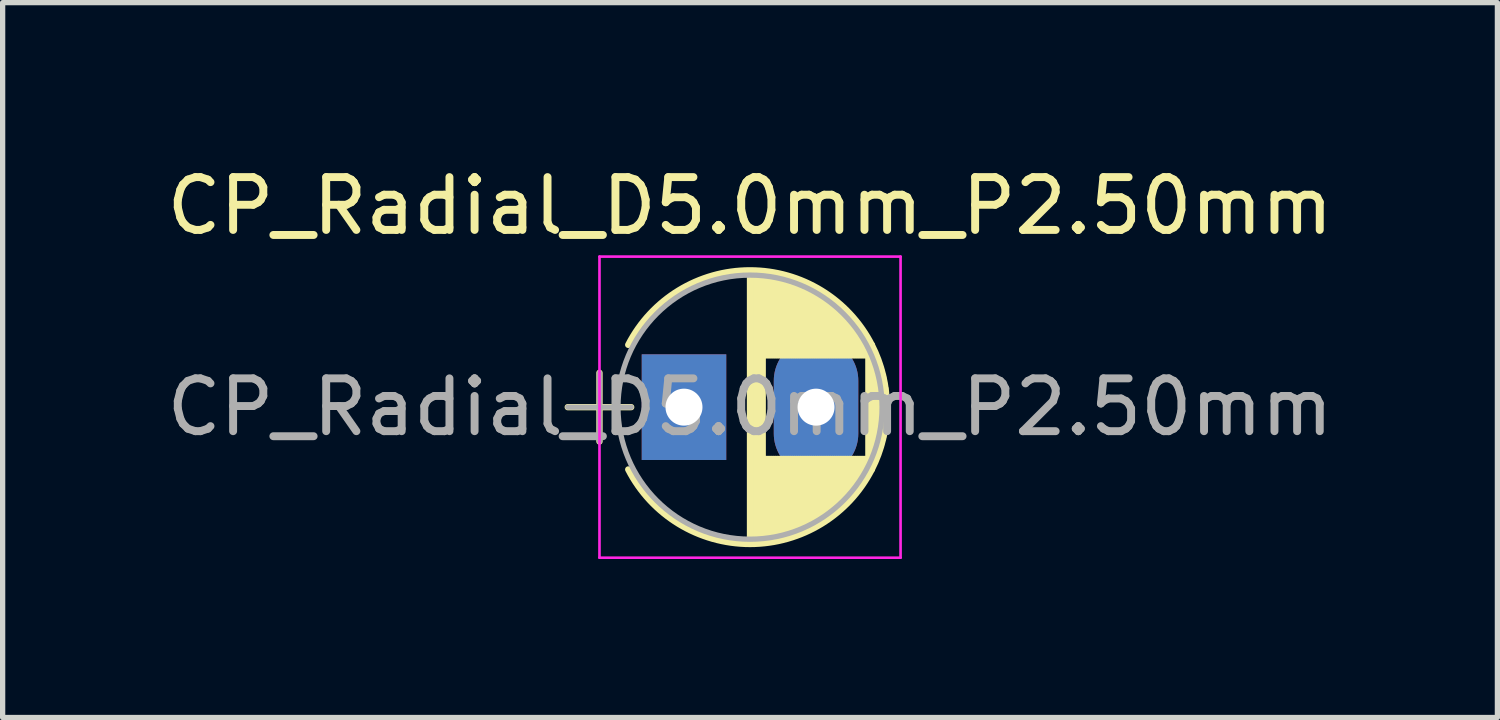
<source format=kicad_pcb>
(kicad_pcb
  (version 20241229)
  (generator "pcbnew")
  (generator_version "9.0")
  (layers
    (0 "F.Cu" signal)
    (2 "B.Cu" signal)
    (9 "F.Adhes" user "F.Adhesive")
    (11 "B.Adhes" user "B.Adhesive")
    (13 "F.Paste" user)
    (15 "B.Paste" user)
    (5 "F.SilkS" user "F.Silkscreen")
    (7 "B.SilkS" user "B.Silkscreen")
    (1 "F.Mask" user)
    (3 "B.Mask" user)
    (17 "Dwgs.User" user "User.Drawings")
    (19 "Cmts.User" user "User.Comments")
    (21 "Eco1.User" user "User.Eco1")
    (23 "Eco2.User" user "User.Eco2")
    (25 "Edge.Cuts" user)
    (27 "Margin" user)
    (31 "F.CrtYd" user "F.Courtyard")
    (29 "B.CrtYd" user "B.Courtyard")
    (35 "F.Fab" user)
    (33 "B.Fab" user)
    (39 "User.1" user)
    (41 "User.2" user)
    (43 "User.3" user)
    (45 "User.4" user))
  (footprint "CP_Radial_D5.0mm_P2.50mm"
    (layer "F.Cu")
    (at 9.899 4.658)
    (property "Reference" "CP_Radial_D5.0mm_P2.50mm" (at 1.25 -3.81 0) (layer "F.SilkS") (effects (font (size 1 1) (thickness 0.15))))
    (attr through_hole)
    (fp_line (start -2.2 0) (end -1 0) (stroke (width 0.12) (type solid)) (layer "F.SilkS"))
    (fp_line (start -1.6 -0.65) (end -1.6 0.65) (stroke (width 0.12) (type solid)) (layer "F.SilkS"))
    (fp_line (start 1.25 -2.55) (end 1.25 2.55) (stroke (width 0.12) (type solid)) (layer "F.SilkS"))
    (fp_line (start 1.29 -2.55) (end 1.29 2.55) (stroke (width 0.12) (type solid)) (layer "F.SilkS"))
    (fp_line (start 1.33 -2.549) (end 1.33 2.549) (stroke (width 0.12) (type solid)) (layer "F.SilkS"))
    (fp_line (start 1.37 -2.548) (end 1.37 2.548) (stroke (width 0.12) (type solid)) (layer "F.SilkS"))
    (fp_line (start 1.41 -2.546) (end 1.41 2.546) (stroke (width 0.12) (type solid)) (layer "F.SilkS"))
    (fp_line (start 1.45 -2.543) (end 1.45 2.543) (stroke (width 0.12) (type solid)) (layer "F.SilkS"))
    (fp_line (start 1.49 -2.539) (end 1.49 2.539) (stroke (width 0.12) (type solid)) (layer "F.SilkS"))
    (fp_line (start 1.53 -2.535) (end 1.53 -0.98) (stroke (width 0.12) (type solid)) (layer "F.SilkS"))
    (fp_line (start 1.53 0.98) (end 1.53 2.535) (stroke (width 0.12) (type solid)) (layer "F.SilkS"))
    (fp_line (start 1.57 -2.531) (end 1.57 -0.98) (stroke (width 0.12) (type solid)) (layer "F.SilkS"))
    (fp_line (start 1.57 0.98) (end 1.57 2.531) (stroke (width 0.12) (type solid)) (layer "F.SilkS"))
    (fp_line (start 1.61 -2.525) (end 1.61 -0.98) (stroke (width 0.12) (type solid)) (layer "F.SilkS"))
    (fp_line (start 1.61 0.98) (end 1.61 2.525) (stroke (width 0.12) (type solid)) (layer "F.SilkS"))
    (fp_line (start 1.65 -2.519) (end 1.65 -0.98) (stroke (width 0.12) (type solid)) (layer "F.SilkS"))
    (fp_line (start 1.65 0.98) (end 1.65 2.519) (stroke (width 0.12) (type solid)) (layer "F.SilkS"))
    (fp_line (start 1.69 -2.513) (end 1.69 -0.98) (stroke (width 0.12) (type solid)) (layer "F.SilkS"))
    (fp_line (start 1.69 0.98) (end 1.69 2.513) (stroke (width 0.12) (type solid)) (layer "F.SilkS"))
    (fp_line (start 1.73 -2.506) (end 1.73 -0.98) (stroke (width 0.12) (type solid)) (layer "F.SilkS"))
    (fp_line (start 1.73 0.98) (end 1.73 2.506) (stroke (width 0.12) (type solid)) (layer "F.SilkS"))
    (fp_line (start 1.77 -2.498) (end 1.77 -0.98) (stroke (width 0.12) (type solid)) (layer "F.SilkS"))
    (fp_line (start 1.77 0.98) (end 1.77 2.498) (stroke (width 0.12) (type solid)) (layer "F.SilkS"))
    (fp_line (start 1.81 -2.489) (end 1.81 -0.98) (stroke (width 0.12) (type solid)) (layer "F.SilkS"))
    (fp_line (start 1.81 0.98) (end 1.81 2.489) (stroke (width 0.12) (type solid)) (layer "F.SilkS"))
    (fp_line (start 1.85 -2.48) (end 1.85 -0.98) (stroke (width 0.12) (type solid)) (layer "F.SilkS"))
    (fp_line (start 1.85 0.98) (end 1.85 2.48) (stroke (width 0.12) (type solid)) (layer "F.SilkS"))
    (fp_line (start 1.89 -2.47) (end 1.89 -0.98) (stroke (width 0.12) (type solid)) (layer "F.SilkS"))
    (fp_line (start 1.89 0.98) (end 1.89 2.47) (stroke (width 0.12) (type solid)) (layer "F.SilkS"))
    (fp_line (start 1.93 -2.46) (end 1.93 -0.98) (stroke (width 0.12) (type solid)) (layer "F.SilkS"))
    (fp_line (start 1.93 0.98) (end 1.93 2.46) (stroke (width 0.12) (type solid)) (layer "F.SilkS"))
    (fp_line (start 1.971 -2.448) (end 1.971 -0.98) (stroke (width 0.12) (type solid)) (layer "F.SilkS"))
    (fp_line (start 1.971 0.98) (end 1.971 2.448) (stroke (width 0.12) (type solid)) (layer "F.SilkS"))
    (fp_line (start 2.011 -2.436) (end 2.011 -0.98) (stroke (width 0.12) (type solid)) (layer "F.SilkS"))
    (fp_line (start 2.011 0.98) (end 2.011 2.436) (stroke (width 0.12) (type solid)) (layer "F.SilkS"))
    (fp_line (start 2.051 -2.424) (end 2.051 -0.98) (stroke (width 0.12) (type solid)) (layer "F.SilkS"))
    (fp_line (start 2.051 0.98) (end 2.051 2.424) (stroke (width 0.12) (type solid)) (layer "F.SilkS"))
    (fp_line (start 2.091 -2.41) (end 2.091 -0.98) (stroke (width 0.12) (type solid)) (layer "F.SilkS"))
    (fp_line (start 2.091 0.98) (end 2.091 2.41) (stroke (width 0.12) (type solid)) (layer "F.SilkS"))
    (fp_line (start 2.131 -2.396) (end 2.131 -0.98) (stroke (width 0.12) (type solid)) (layer "F.SilkS"))
    (fp_line (start 2.131 0.98) (end 2.131 2.396) (stroke (width 0.12) (type solid)) (layer "F.SilkS"))
    (fp_line (start 2.171 -2.382) (end 2.171 -0.98) (stroke (width 0.12) (type solid)) (layer "F.SilkS"))
    (fp_line (start 2.171 0.98) (end 2.171 2.382) (stroke (width 0.12) (type solid)) (layer "F.SilkS"))
    (fp_line (start 2.211 -2.366) (end 2.211 -0.98) (stroke (width 0.12) (type solid)) (layer "F.SilkS"))
    (fp_line (start 2.211 0.98) (end 2.211 2.366) (stroke (width 0.12) (type solid)) (layer "F.SilkS"))
    (fp_line (start 2.251 -2.35) (end 2.251 -0.98) (stroke (width 0.12) (type solid)) (layer "F.SilkS"))
    (fp_line (start 2.251 0.98) (end 2.251 2.35) (stroke (width 0.12) (type solid)) (layer "F.SilkS"))
    (fp_line (start 2.291 -2.333) (end 2.291 -0.98) (stroke (width 0.12) (type solid)) (layer "F.SilkS"))
    (fp_line (start 2.291 0.98) (end 2.291 2.333) (stroke (width 0.12) (type solid)) (layer "F.SilkS"))
    (fp_line (start 2.331 -2.315) (end 2.331 -0.98) (stroke (width 0.12) (type solid)) (layer "F.SilkS"))
    (fp_line (start 2.331 0.98) (end 2.331 2.315) (stroke (width 0.12) (type solid)) (layer "F.SilkS"))
    (fp_line (start 2.371 -2.296) (end 2.371 -0.98) (stroke (width 0.12) (type solid)) (layer "F.SilkS"))
    (fp_line (start 2.371 0.98) (end 2.371 2.296) (stroke (width 0.12) (type solid)) (layer "F.SilkS"))
    (fp_line (start 2.411 -2.276) (end 2.411 -0.98) (stroke (width 0.12) (type solid)) (layer "F.SilkS"))
    (fp_line (start 2.411 0.98) (end 2.411 2.276) (stroke (width 0.12) (type solid)) (layer "F.SilkS"))
    (fp_line (start 2.451 -2.256) (end 2.451 -0.98) (stroke (width 0.12) (type solid)) (layer "F.SilkS"))
    (fp_line (start 2.451 0.98) (end 2.451 2.256) (stroke (width 0.12) (type solid)) (layer "F.SilkS"))
    (fp_line (start 2.491 -2.234) (end 2.491 -0.98) (stroke (width 0.12) (type solid)) (layer "F.SilkS"))
    (fp_line (start 2.491 0.98) (end 2.491 2.234) (stroke (width 0.12) (type solid)) (layer "F.SilkS"))
    (fp_line (start 2.531 -2.212) (end 2.531 -0.98) (stroke (width 0.12) (type solid)) (layer "F.SilkS"))
    (fp_line (start 2.531 0.98) (end 2.531 2.212) (stroke (width 0.12) (type solid)) (layer "F.SilkS"))
    (fp_line (start 2.571 -2.189) (end 2.571 -0.98) (stroke (width 0.12) (type solid)) (layer "F.SilkS"))
    (fp_line (start 2.571 0.98) (end 2.571 2.189) (stroke (width 0.12) (type solid)) (layer "F.SilkS"))
    (fp_line (start 2.611 -2.165) (end 2.611 -0.98) (stroke (width 0.12) (type solid)) (layer "F.SilkS"))
    (fp_line (start 2.611 0.98) (end 2.611 2.165) (stroke (width 0.12) (type solid)) (layer "F.SilkS"))
    (fp_line (start 2.651 -2.14) (end 2.651 -0.98) (stroke (width 0.12) (type solid)) (layer "F.SilkS"))
    (fp_line (start 2.651 0.98) (end 2.651 2.14) (stroke (width 0.12) (type solid)) (layer "F.SilkS"))
    (fp_line (start 2.691 -2.113) (end 2.691 -0.98) (stroke (width 0.12) (type solid)) (layer "F.SilkS"))
    (fp_line (start 2.691 0.98) (end 2.691 2.113) (stroke (width 0.12) (type solid)) (layer "F.SilkS"))
    (fp_line (start 2.731 -2.086) (end 2.731 -0.98) (stroke (width 0.12) (type solid)) (layer "F.SilkS"))
    (fp_line (start 2.731 0.98) (end 2.731 2.086) (stroke (width 0.12) (type solid)) (layer "F.SilkS"))
    (fp_line (start 2.771 -2.058) (end 2.771 -0.98) (stroke (width 0.12) (type solid)) (layer "F.SilkS"))
    (fp_line (start 2.771 0.98) (end 2.771 2.058) (stroke (width 0.12) (type solid)) (layer "F.SilkS"))
    (fp_line (start 2.811 -2.028) (end 2.811 -0.98) (stroke (width 0.12) (type solid)) (layer "F.SilkS"))
    (fp_line (start 2.811 0.98) (end 2.811 2.028) (stroke (width 0.12) (type solid)) (layer "F.SilkS"))
    (fp_line (start 2.851 -1.997) (end 2.851 -0.98) (stroke (width 0.12) (type solid)) (layer "F.SilkS"))
    (fp_line (start 2.851 0.98) (end 2.851 1.997) (stroke (width 0.12) (type solid)) (layer "F.SilkS"))
    (fp_line (start 2.891 -1.965) (end 2.891 -0.98) (stroke (width 0.12) (type solid)) (layer "F.SilkS"))
    (fp_line (start 2.891 0.98) (end 2.891 1.965) (stroke (width 0.12) (type solid)) (layer "F.SilkS"))
    (fp_line (start 2.931 -1.932) (end 2.931 -0.98) (stroke (width 0.12) (type solid)) (layer "F.SilkS"))
    (fp_line (start 2.931 0.98) (end 2.931 1.932) (stroke (width 0.12) (type solid)) (layer "F.SilkS"))
    (fp_line (start 2.971 -1.897) (end 2.971 -0.98) (stroke (width 0.12) (type solid)) (layer "F.SilkS"))
    (fp_line (start 2.971 0.98) (end 2.971 1.897) (stroke (width 0.12) (type solid)) (layer "F.SilkS"))
    (fp_line (start 3.011 -1.861) (end 3.011 -0.98) (stroke (width 0.12) (type solid)) (layer "F.SilkS"))
    (fp_line (start 3.011 0.98) (end 3.011 1.861) (stroke (width 0.12) (type solid)) (layer "F.SilkS"))
    (fp_line (start 3.051 -1.823) (end 3.051 -0.98) (stroke (width 0.12) (type solid)) (layer "F.SilkS"))
    (fp_line (start 3.051 0.98) (end 3.051 1.823) (stroke (width 0.12) (type solid)) (layer "F.SilkS"))
    (fp_line (start 3.091 -1.783) (end 3.091 -0.98) (stroke (width 0.12) (type solid)) (layer "F.SilkS"))
    (fp_line (start 3.091 0.98) (end 3.091 1.783) (stroke (width 0.12) (type solid)) (layer "F.SilkS"))
    (fp_line (start 3.131 -1.742) (end 3.131 -0.98) (stroke (width 0.12) (type solid)) (layer "F.SilkS"))
    (fp_line (start 3.131 0.98) (end 3.131 1.742) (stroke (width 0.12) (type solid)) (layer "F.SilkS"))
    (fp_line (start 3.171 -1.699) (end 3.171 -0.98) (stroke (width 0.12) (type solid)) (layer "F.SilkS"))
    (fp_line (start 3.171 0.98) (end 3.171 1.699) (stroke (width 0.12) (type solid)) (layer "F.SilkS"))
    (fp_line (start 3.211 -1.654) (end 3.211 -0.98) (stroke (width 0.12) (type solid)) (layer "F.SilkS"))
    (fp_line (start 3.211 0.98) (end 3.211 1.654) (stroke (width 0.12) (type solid)) (layer "F.SilkS"))
    (fp_line (start 3.251 -1.606) (end 3.251 -0.98) (stroke (width 0.12) (type solid)) (layer "F.SilkS"))
    (fp_line (start 3.251 0.98) (end 3.251 1.606) (stroke (width 0.12) (type solid)) (layer "F.SilkS"))
    (fp_line (start 3.291 -1.556) (end 3.291 -0.98) (stroke (width 0.12) (type solid)) (layer "F.SilkS"))
    (fp_line (start 3.291 0.98) (end 3.291 1.556) (stroke (width 0.12) (type solid)) (layer "F.SilkS"))
    (fp_line (start 3.331 -1.504) (end 3.331 -0.98) (stroke (width 0.12) (type solid)) (layer "F.SilkS"))
    (fp_line (start 3.331 0.98) (end 3.331 1.504) (stroke (width 0.12) (type solid)) (layer "F.SilkS"))
    (fp_line (start 3.371 -1.448) (end 3.371 -0.98) (stroke (width 0.12) (type solid)) (layer "F.SilkS"))
    (fp_line (start 3.371 0.98) (end 3.371 1.448) (stroke (width 0.12) (type solid)) (layer "F.SilkS"))
    (fp_line (start 3.411 -1.39) (end 3.411 -0.98) (stroke (width 0.12) (type solid)) (layer "F.SilkS"))
    (fp_line (start 3.411 0.98) (end 3.411 1.39) (stroke (width 0.12) (type solid)) (layer "F.SilkS"))
    (fp_line (start 3.451 -1.327) (end 3.451 -0.98) (stroke (width 0.12) (type solid)) (layer "F.SilkS"))
    (fp_line (start 3.451 0.98) (end 3.451 1.327) (stroke (width 0.12) (type solid)) (layer "F.SilkS"))
    (fp_line (start 3.491 -1.261) (end 3.491 1.261) (stroke (width 0.12) (type solid)) (layer "F.SilkS"))
    (fp_line (start 3.531 -1.189) (end 3.531 1.189) (stroke (width 0.12) (type solid)) (layer "F.SilkS"))
    (fp_line (start 3.571 -1.112) (end 3.571 1.112) (stroke (width 0.12) (type solid)) (layer "F.SilkS"))
    (fp_line (start 3.611 -1.028) (end 3.611 1.028) (stroke (width 0.12) (type solid)) (layer "F.SilkS"))
    (fp_line (start 3.651 -0.934) (end 3.651 0.934) (stroke (width 0.12) (type solid)) (layer "F.SilkS"))
    (fp_line (start 3.691 -0.829) (end 3.691 0.829) (stroke (width 0.12) (type solid)) (layer "F.SilkS"))
    (fp_line (start 3.731 -0.707) (end 3.731 0.707) (stroke (width 0.12) (type solid)) (layer "F.SilkS"))
    (fp_line (start 3.771 -0.559) (end 3.771 0.559) (stroke (width 0.12) (type solid)) (layer "F.SilkS"))
    (fp_line (start 3.811 -0.354) (end 3.811 0.354) (stroke (width 0.12) (type solid)) (layer "F.SilkS"))
    (fp_arc (start -1.05558 -1.18) (mid 1.250156 -2.59) (end 3.555722 -1.179722) (stroke (width 0.12) (type solid)) (layer "F.SilkS"))
    (fp_arc (start 3.55558 -1.18) (mid 3.84 -0.000156) (end 3.555722 1.179722) (stroke (width 0.12) (type solid)) (layer "F.SilkS"))
    (fp_arc (start 3.555722 1.179722) (mid 1.250156 2.59) (end -1.05558 1.18) (stroke (width 0.12) (type solid)) (layer "F.SilkS"))
    (fp_line (start -1.6 -2.85) (end -1.6 2.85) (stroke (width 0.05) (type solid)) (layer "F.CrtYd"))
    (fp_line (start -1.6 2.85) (end 4.1 2.85) (stroke (width 0.05) (type solid)) (layer "F.CrtYd"))
    (fp_line (start 4.1 -2.85) (end -1.6 -2.85) (stroke (width 0.05) (type solid)) (layer "F.CrtYd"))
    (fp_line (start 4.1 2.85) (end 4.1 -2.85) (stroke (width 0.05) (type solid)) (layer "F.CrtYd"))
    (fp_line (start -2.2 0) (end -1 0) (stroke (width 0.1) (type solid)) (layer "F.Fab"))
    (fp_line (start -1.6 -0.65) (end -1.6 0.65) (stroke (width 0.1) (type solid)) (layer "F.Fab"))
    (fp_circle (center 1.25 0) (end 3.75 0) (stroke (width 0.1) (type solid)) (fill no) (layer "F.Fab"))
    (fp_text user "${REFERENCE}" (at 1.25 0 0) (layer "F.Fab") (effects (font (size 1 1) (thickness 0.15))))
    (pad "1" thru_hole rect (at 0 0) (size 1.6 2) (drill 0.7) (layers "*.Cu" "*.Mask"))
    (pad "2" thru_hole oval (at 2.5 0) (size 1.6 2.6) (drill 0.7) (layers "*.Cu" "*.Mask")))
  (gr_rect
    (start -3 -3)
    (end 25.298 10.533)
    (stroke (width 0.1) (type default))
    (fill no)
    (layer "Edge.Cuts")))
</source>
